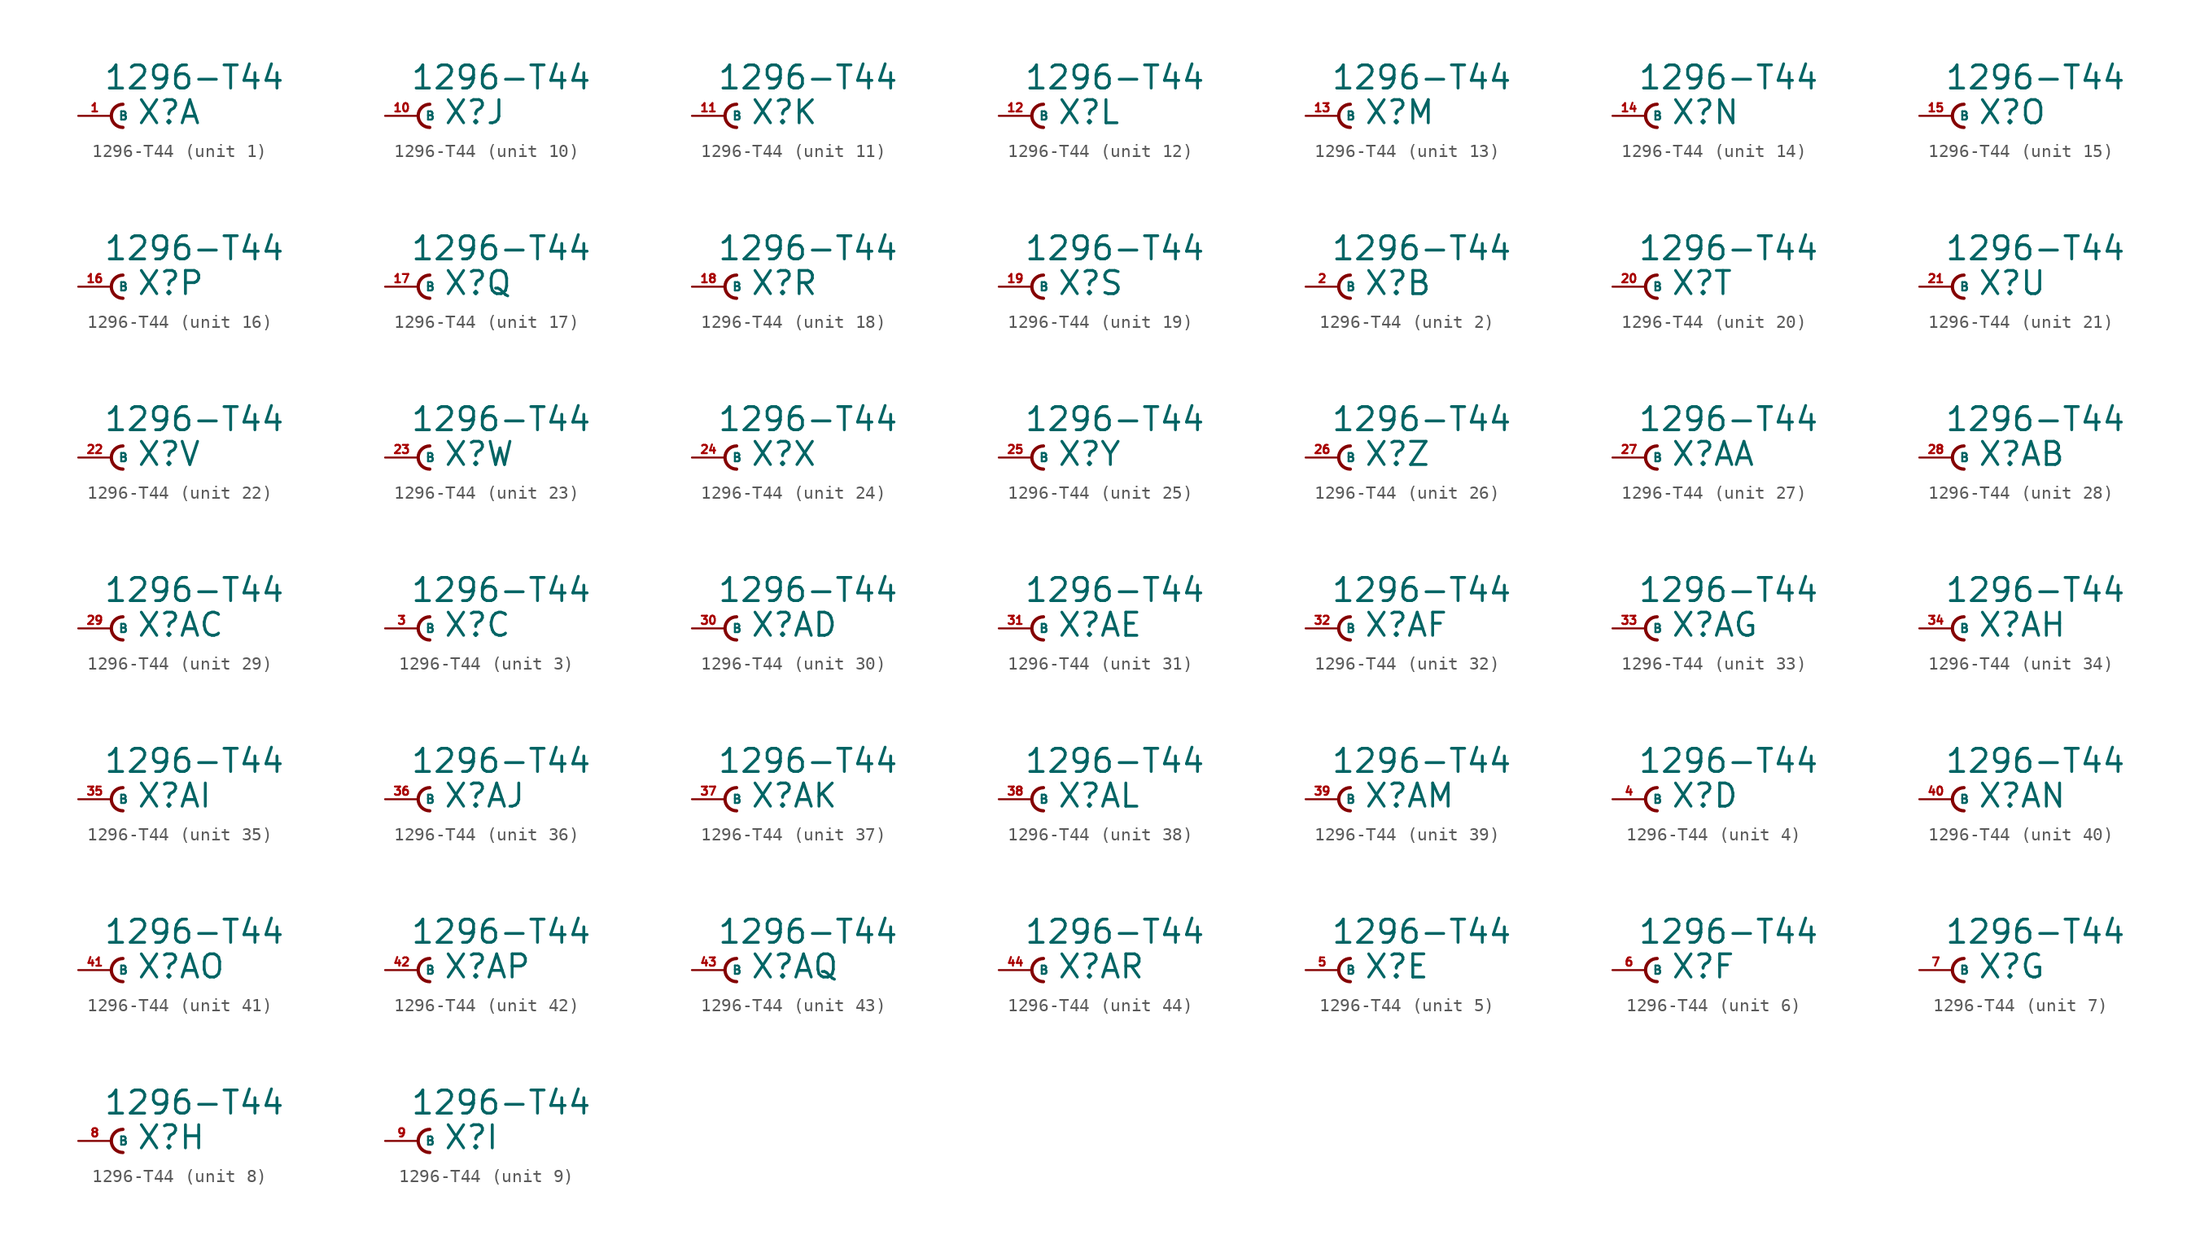
<source format=kicad_sym>
(kicad_symbol_lib
  (version 20220914)
  (generator Eagle2Kicad)
  (symbol "1296-T44"
    (property "Reference" "X"
      (at 1.905 -0.762 0)
      (effects (font (size 1.778 1.778) (thickness 0.22)) (justify left bottom)))
    (property "Value" "1296-T44"
      (at -0.635 1.905 0)
      (effects (font (size 1.778 1.778) (thickness 0.22)) (justify left bottom)))
    (symbol "1296-T44_1_0"
      (arc (start 0.889 0.889) (mid 0.000 0.000) (end 0.889 -0.889) (stroke (width 0.254) (type default)) (fill (type none)))
      (pin passive line (at -2.54 0 0) (length 2.54) (name "B" (effects (font (size 0.635 0.635) (thickness 0.08)) (justify left bottom))) (number "1" (effects (font (size 0.635 0.635) (thickness 0.08)) (justify left bottom)))))
    (symbol "1296-T44_2_0"
      (arc (start 0.889 0.889) (mid 0.000 0.000) (end 0.889 -0.889) (stroke (width 0.254) (type default)) (fill (type none)))
      (pin passive line (at -2.54 0 0) (length 2.54) (name "B" (effects (font (size 0.635 0.635) (thickness 0.08)) (justify left bottom))) (number "2" (effects (font (size 0.635 0.635) (thickness 0.08)) (justify left bottom)))))
    (symbol "1296-T44_3_0"
      (arc (start 0.889 0.889) (mid 0.000 0.000) (end 0.889 -0.889) (stroke (width 0.254) (type default)) (fill (type none)))
      (pin passive line (at -2.54 0 0) (length 2.54) (name "B" (effects (font (size 0.635 0.635) (thickness 0.08)) (justify left bottom))) (number "3" (effects (font (size 0.635 0.635) (thickness 0.08)) (justify left bottom)))))
    (symbol "1296-T44_4_0"
      (arc (start 0.889 0.889) (mid 0.000 0.000) (end 0.889 -0.889) (stroke (width 0.254) (type default)) (fill (type none)))
      (pin passive line (at -2.54 0 0) (length 2.54) (name "B" (effects (font (size 0.635 0.635) (thickness 0.08)) (justify left bottom))) (number "4" (effects (font (size 0.635 0.635) (thickness 0.08)) (justify left bottom)))))
    (symbol "1296-T44_5_0"
      (arc (start 0.889 0.889) (mid 0.000 0.000) (end 0.889 -0.889) (stroke (width 0.254) (type default)) (fill (type none)))
      (pin passive line (at -2.54 0 0) (length 2.54) (name "B" (effects (font (size 0.635 0.635) (thickness 0.08)) (justify left bottom))) (number "5" (effects (font (size 0.635 0.635) (thickness 0.08)) (justify left bottom)))))
    (symbol "1296-T44_6_0"
      (arc (start 0.889 0.889) (mid 0.000 0.000) (end 0.889 -0.889) (stroke (width 0.254) (type default)) (fill (type none)))
      (pin passive line (at -2.54 0 0) (length 2.54) (name "B" (effects (font (size 0.635 0.635) (thickness 0.08)) (justify left bottom))) (number "6" (effects (font (size 0.635 0.635) (thickness 0.08)) (justify left bottom)))))
    (symbol "1296-T44_7_0"
      (arc (start 0.889 0.889) (mid 0.000 0.000) (end 0.889 -0.889) (stroke (width 0.254) (type default)) (fill (type none)))
      (pin passive line (at -2.54 0 0) (length 2.54) (name "B" (effects (font (size 0.635 0.635) (thickness 0.08)) (justify left bottom))) (number "7" (effects (font (size 0.635 0.635) (thickness 0.08)) (justify left bottom)))))
    (symbol "1296-T44_8_0"
      (arc (start 0.889 0.889) (mid 0.000 0.000) (end 0.889 -0.889) (stroke (width 0.254) (type default)) (fill (type none)))
      (pin passive line (at -2.54 0 0) (length 2.54) (name "B" (effects (font (size 0.635 0.635) (thickness 0.08)) (justify left bottom))) (number "8" (effects (font (size 0.635 0.635) (thickness 0.08)) (justify left bottom)))))
    (symbol "1296-T44_9_0"
      (arc (start 0.889 0.889) (mid 0.000 0.000) (end 0.889 -0.889) (stroke (width 0.254) (type default)) (fill (type none)))
      (pin passive line (at -2.54 0 0) (length 2.54) (name "B" (effects (font (size 0.635 0.635) (thickness 0.08)) (justify left bottom))) (number "9" (effects (font (size 0.635 0.635) (thickness 0.08)) (justify left bottom)))))
    (symbol "1296-T44_10_0"
      (arc (start 0.889 0.889) (mid 0.000 0.000) (end 0.889 -0.889) (stroke (width 0.254) (type default)) (fill (type none)))
      (pin passive line (at -2.54 0 0) (length 2.54) (name "B" (effects (font (size 0.635 0.635) (thickness 0.08)) (justify left bottom))) (number "10" (effects (font (size 0.635 0.635) (thickness 0.08)) (justify left bottom)))))
    (symbol "1296-T44_11_0"
      (arc (start 0.889 0.889) (mid 0.000 0.000) (end 0.889 -0.889) (stroke (width 0.254) (type default)) (fill (type none)))
      (pin passive line (at -2.54 0 0) (length 2.54) (name "B" (effects (font (size 0.635 0.635) (thickness 0.08)) (justify left bottom))) (number "11" (effects (font (size 0.635 0.635) (thickness 0.08)) (justify left bottom)))))
    (symbol "1296-T44_12_0"
      (arc (start 0.889 0.889) (mid 0.000 0.000) (end 0.889 -0.889) (stroke (width 0.254) (type default)) (fill (type none)))
      (pin passive line (at -2.54 0 0) (length 2.54) (name "B" (effects (font (size 0.635 0.635) (thickness 0.08)) (justify left bottom))) (number "12" (effects (font (size 0.635 0.635) (thickness 0.08)) (justify left bottom)))))
    (symbol "1296-T44_13_0"
      (arc (start 0.889 0.889) (mid 0.000 0.000) (end 0.889 -0.889) (stroke (width 0.254) (type default)) (fill (type none)))
      (pin passive line (at -2.54 0 0) (length 2.54) (name "B" (effects (font (size 0.635 0.635) (thickness 0.08)) (justify left bottom))) (number "13" (effects (font (size 0.635 0.635) (thickness 0.08)) (justify left bottom)))))
    (symbol "1296-T44_14_0"
      (arc (start 0.889 0.889) (mid 0.000 0.000) (end 0.889 -0.889) (stroke (width 0.254) (type default)) (fill (type none)))
      (pin passive line (at -2.54 0 0) (length 2.54) (name "B" (effects (font (size 0.635 0.635) (thickness 0.08)) (justify left bottom))) (number "14" (effects (font (size 0.635 0.635) (thickness 0.08)) (justify left bottom)))))
    (symbol "1296-T44_15_0"
      (arc (start 0.889 0.889) (mid 0.000 0.000) (end 0.889 -0.889) (stroke (width 0.254) (type default)) (fill (type none)))
      (pin passive line (at -2.54 0 0) (length 2.54) (name "B" (effects (font (size 0.635 0.635) (thickness 0.08)) (justify left bottom))) (number "15" (effects (font (size 0.635 0.635) (thickness 0.08)) (justify left bottom)))))
    (symbol "1296-T44_16_0"
      (arc (start 0.889 0.889) (mid 0.000 0.000) (end 0.889 -0.889) (stroke (width 0.254) (type default)) (fill (type none)))
      (pin passive line (at -2.54 0 0) (length 2.54) (name "B" (effects (font (size 0.635 0.635) (thickness 0.08)) (justify left bottom))) (number "16" (effects (font (size 0.635 0.635) (thickness 0.08)) (justify left bottom)))))
    (symbol "1296-T44_17_0"
      (arc (start 0.889 0.889) (mid 0.000 0.000) (end 0.889 -0.889) (stroke (width 0.254) (type default)) (fill (type none)))
      (pin passive line (at -2.54 0 0) (length 2.54) (name "B" (effects (font (size 0.635 0.635) (thickness 0.08)) (justify left bottom))) (number "17" (effects (font (size 0.635 0.635) (thickness 0.08)) (justify left bottom)))))
    (symbol "1296-T44_18_0"
      (arc (start 0.889 0.889) (mid 0.000 0.000) (end 0.889 -0.889) (stroke (width 0.254) (type default)) (fill (type none)))
      (pin passive line (at -2.54 0 0) (length 2.54) (name "B" (effects (font (size 0.635 0.635) (thickness 0.08)) (justify left bottom))) (number "18" (effects (font (size 0.635 0.635) (thickness 0.08)) (justify left bottom)))))
    (symbol "1296-T44_19_0"
      (arc (start 0.889 0.889) (mid 0.000 0.000) (end 0.889 -0.889) (stroke (width 0.254) (type default)) (fill (type none)))
      (pin passive line (at -2.54 0 0) (length 2.54) (name "B" (effects (font (size 0.635 0.635) (thickness 0.08)) (justify left bottom))) (number "19" (effects (font (size 0.635 0.635) (thickness 0.08)) (justify left bottom)))))
    (symbol "1296-T44_20_0"
      (arc (start 0.889 0.889) (mid 0.000 0.000) (end 0.889 -0.889) (stroke (width 0.254) (type default)) (fill (type none)))
      (pin passive line (at -2.54 0 0) (length 2.54) (name "B" (effects (font (size 0.635 0.635) (thickness 0.08)) (justify left bottom))) (number "20" (effects (font (size 0.635 0.635) (thickness 0.08)) (justify left bottom)))))
    (symbol "1296-T44_21_0"
      (arc (start 0.889 0.889) (mid 0.000 0.000) (end 0.889 -0.889) (stroke (width 0.254) (type default)) (fill (type none)))
      (pin passive line (at -2.54 0 0) (length 2.54) (name "B" (effects (font (size 0.635 0.635) (thickness 0.08)) (justify left bottom))) (number "21" (effects (font (size 0.635 0.635) (thickness 0.08)) (justify left bottom)))))
    (symbol "1296-T44_22_0"
      (arc (start 0.889 0.889) (mid 0.000 0.000) (end 0.889 -0.889) (stroke (width 0.254) (type default)) (fill (type none)))
      (pin passive line (at -2.54 0 0) (length 2.54) (name "B" (effects (font (size 0.635 0.635) (thickness 0.08)) (justify left bottom))) (number "22" (effects (font (size 0.635 0.635) (thickness 0.08)) (justify left bottom)))))
    (symbol "1296-T44_23_0"
      (arc (start 0.889 0.889) (mid 0.000 0.000) (end 0.889 -0.889) (stroke (width 0.254) (type default)) (fill (type none)))
      (pin passive line (at -2.54 0 0) (length 2.54) (name "B" (effects (font (size 0.635 0.635) (thickness 0.08)) (justify left bottom))) (number "23" (effects (font (size 0.635 0.635) (thickness 0.08)) (justify left bottom)))))
    (symbol "1296-T44_24_0"
      (arc (start 0.889 0.889) (mid 0.000 0.000) (end 0.889 -0.889) (stroke (width 0.254) (type default)) (fill (type none)))
      (pin passive line (at -2.54 0 0) (length 2.54) (name "B" (effects (font (size 0.635 0.635) (thickness 0.08)) (justify left bottom))) (number "24" (effects (font (size 0.635 0.635) (thickness 0.08)) (justify left bottom)))))
    (symbol "1296-T44_25_0"
      (arc (start 0.889 0.889) (mid 0.000 0.000) (end 0.889 -0.889) (stroke (width 0.254) (type default)) (fill (type none)))
      (pin passive line (at -2.54 0 0) (length 2.54) (name "B" (effects (font (size 0.635 0.635) (thickness 0.08)) (justify left bottom))) (number "25" (effects (font (size 0.635 0.635) (thickness 0.08)) (justify left bottom)))))
    (symbol "1296-T44_26_0"
      (arc (start 0.889 0.889) (mid 0.000 0.000) (end 0.889 -0.889) (stroke (width 0.254) (type default)) (fill (type none)))
      (pin passive line (at -2.54 0 0) (length 2.54) (name "B" (effects (font (size 0.635 0.635) (thickness 0.08)) (justify left bottom))) (number "26" (effects (font (size 0.635 0.635) (thickness 0.08)) (justify left bottom)))))
    (symbol "1296-T44_27_0"
      (arc (start 0.889 0.889) (mid 0.000 0.000) (end 0.889 -0.889) (stroke (width 0.254) (type default)) (fill (type none)))
      (pin passive line (at -2.54 0 0) (length 2.54) (name "B" (effects (font (size 0.635 0.635) (thickness 0.08)) (justify left bottom))) (number "27" (effects (font (size 0.635 0.635) (thickness 0.08)) (justify left bottom)))))
    (symbol "1296-T44_28_0"
      (arc (start 0.889 0.889) (mid 0.000 0.000) (end 0.889 -0.889) (stroke (width 0.254) (type default)) (fill (type none)))
      (pin passive line (at -2.54 0 0) (length 2.54) (name "B" (effects (font (size 0.635 0.635) (thickness 0.08)) (justify left bottom))) (number "28" (effects (font (size 0.635 0.635) (thickness 0.08)) (justify left bottom)))))
    (symbol "1296-T44_29_0"
      (arc (start 0.889 0.889) (mid 0.000 0.000) (end 0.889 -0.889) (stroke (width 0.254) (type default)) (fill (type none)))
      (pin passive line (at -2.54 0 0) (length 2.54) (name "B" (effects (font (size 0.635 0.635) (thickness 0.08)) (justify left bottom))) (number "29" (effects (font (size 0.635 0.635) (thickness 0.08)) (justify left bottom)))))
    (symbol "1296-T44_30_0"
      (arc (start 0.889 0.889) (mid 0.000 0.000) (end 0.889 -0.889) (stroke (width 0.254) (type default)) (fill (type none)))
      (pin passive line (at -2.54 0 0) (length 2.54) (name "B" (effects (font (size 0.635 0.635) (thickness 0.08)) (justify left bottom))) (number "30" (effects (font (size 0.635 0.635) (thickness 0.08)) (justify left bottom)))))
    (symbol "1296-T44_31_0"
      (arc (start 0.889 0.889) (mid 0.000 0.000) (end 0.889 -0.889) (stroke (width 0.254) (type default)) (fill (type none)))
      (pin passive line (at -2.54 0 0) (length 2.54) (name "B" (effects (font (size 0.635 0.635) (thickness 0.08)) (justify left bottom))) (number "31" (effects (font (size 0.635 0.635) (thickness 0.08)) (justify left bottom)))))
    (symbol "1296-T44_32_0"
      (arc (start 0.889 0.889) (mid 0.000 0.000) (end 0.889 -0.889) (stroke (width 0.254) (type default)) (fill (type none)))
      (pin passive line (at -2.54 0 0) (length 2.54) (name "B" (effects (font (size 0.635 0.635) (thickness 0.08)) (justify left bottom))) (number "32" (effects (font (size 0.635 0.635) (thickness 0.08)) (justify left bottom)))))
    (symbol "1296-T44_33_0"
      (arc (start 0.889 0.889) (mid 0.000 0.000) (end 0.889 -0.889) (stroke (width 0.254) (type default)) (fill (type none)))
      (pin passive line (at -2.54 0 0) (length 2.54) (name "B" (effects (font (size 0.635 0.635) (thickness 0.08)) (justify left bottom))) (number "33" (effects (font (size 0.635 0.635) (thickness 0.08)) (justify left bottom)))))
    (symbol "1296-T44_34_0"
      (arc (start 0.889 0.889) (mid 0.000 0.000) (end 0.889 -0.889) (stroke (width 0.254) (type default)) (fill (type none)))
      (pin passive line (at -2.54 0 0) (length 2.54) (name "B" (effects (font (size 0.635 0.635) (thickness 0.08)) (justify left bottom))) (number "34" (effects (font (size 0.635 0.635) (thickness 0.08)) (justify left bottom)))))
    (symbol "1296-T44_35_0"
      (arc (start 0.889 0.889) (mid 0.000 0.000) (end 0.889 -0.889) (stroke (width 0.254) (type default)) (fill (type none)))
      (pin passive line (at -2.54 0 0) (length 2.54) (name "B" (effects (font (size 0.635 0.635) (thickness 0.08)) (justify left bottom))) (number "35" (effects (font (size 0.635 0.635) (thickness 0.08)) (justify left bottom)))))
    (symbol "1296-T44_36_0"
      (arc (start 0.889 0.889) (mid 0.000 0.000) (end 0.889 -0.889) (stroke (width 0.254) (type default)) (fill (type none)))
      (pin passive line (at -2.54 0 0) (length 2.54) (name "B" (effects (font (size 0.635 0.635) (thickness 0.08)) (justify left bottom))) (number "36" (effects (font (size 0.635 0.635) (thickness 0.08)) (justify left bottom)))))
    (symbol "1296-T44_37_0"
      (arc (start 0.889 0.889) (mid 0.000 0.000) (end 0.889 -0.889) (stroke (width 0.254) (type default)) (fill (type none)))
      (pin passive line (at -2.54 0 0) (length 2.54) (name "B" (effects (font (size 0.635 0.635) (thickness 0.08)) (justify left bottom))) (number "37" (effects (font (size 0.635 0.635) (thickness 0.08)) (justify left bottom)))))
    (symbol "1296-T44_38_0"
      (arc (start 0.889 0.889) (mid 0.000 0.000) (end 0.889 -0.889) (stroke (width 0.254) (type default)) (fill (type none)))
      (pin passive line (at -2.54 0 0) (length 2.54) (name "B" (effects (font (size 0.635 0.635) (thickness 0.08)) (justify left bottom))) (number "38" (effects (font (size 0.635 0.635) (thickness 0.08)) (justify left bottom)))))
    (symbol "1296-T44_39_0"
      (arc (start 0.889 0.889) (mid 0.000 0.000) (end 0.889 -0.889) (stroke (width 0.254) (type default)) (fill (type none)))
      (pin passive line (at -2.54 0 0) (length 2.54) (name "B" (effects (font (size 0.635 0.635) (thickness 0.08)) (justify left bottom))) (number "39" (effects (font (size 0.635 0.635) (thickness 0.08)) (justify left bottom)))))
    (symbol "1296-T44_40_0"
      (arc (start 0.889 0.889) (mid 0.000 0.000) (end 0.889 -0.889) (stroke (width 0.254) (type default)) (fill (type none)))
      (pin passive line (at -2.54 0 0) (length 2.54) (name "B" (effects (font (size 0.635 0.635) (thickness 0.08)) (justify left bottom))) (number "40" (effects (font (size 0.635 0.635) (thickness 0.08)) (justify left bottom)))))
    (symbol "1296-T44_41_0"
      (arc (start 0.889 0.889) (mid 0.000 0.000) (end 0.889 -0.889) (stroke (width 0.254) (type default)) (fill (type none)))
      (pin passive line (at -2.54 0 0) (length 2.54) (name "B" (effects (font (size 0.635 0.635) (thickness 0.08)) (justify left bottom))) (number "41" (effects (font (size 0.635 0.635) (thickness 0.08)) (justify left bottom)))))
    (symbol "1296-T44_42_0"
      (arc (start 0.889 0.889) (mid 0.000 0.000) (end 0.889 -0.889) (stroke (width 0.254) (type default)) (fill (type none)))
      (pin passive line (at -2.54 0 0) (length 2.54) (name "B" (effects (font (size 0.635 0.635) (thickness 0.08)) (justify left bottom))) (number "42" (effects (font (size 0.635 0.635) (thickness 0.08)) (justify left bottom)))))
    (symbol "1296-T44_43_0"
      (arc (start 0.889 0.889) (mid 0.000 0.000) (end 0.889 -0.889) (stroke (width 0.254) (type default)) (fill (type none)))
      (pin passive line (at -2.54 0 0) (length 2.54) (name "B" (effects (font (size 0.635 0.635) (thickness 0.08)) (justify left bottom))) (number "43" (effects (font (size 0.635 0.635) (thickness 0.08)) (justify left bottom)))))
    (symbol "1296-T44_44_0"
      (arc (start 0.889 0.889) (mid 0.000 0.000) (end 0.889 -0.889) (stroke (width 0.254) (type default)) (fill (type none)))
      (pin passive line (at -2.54 0 0) (length 2.54) (name "B" (effects (font (size 0.635 0.635) (thickness 0.08)) (justify left bottom))) (number "44" (effects (font (size 0.635 0.635) (thickness 0.08)) (justify left bottom)))))))
</source>
